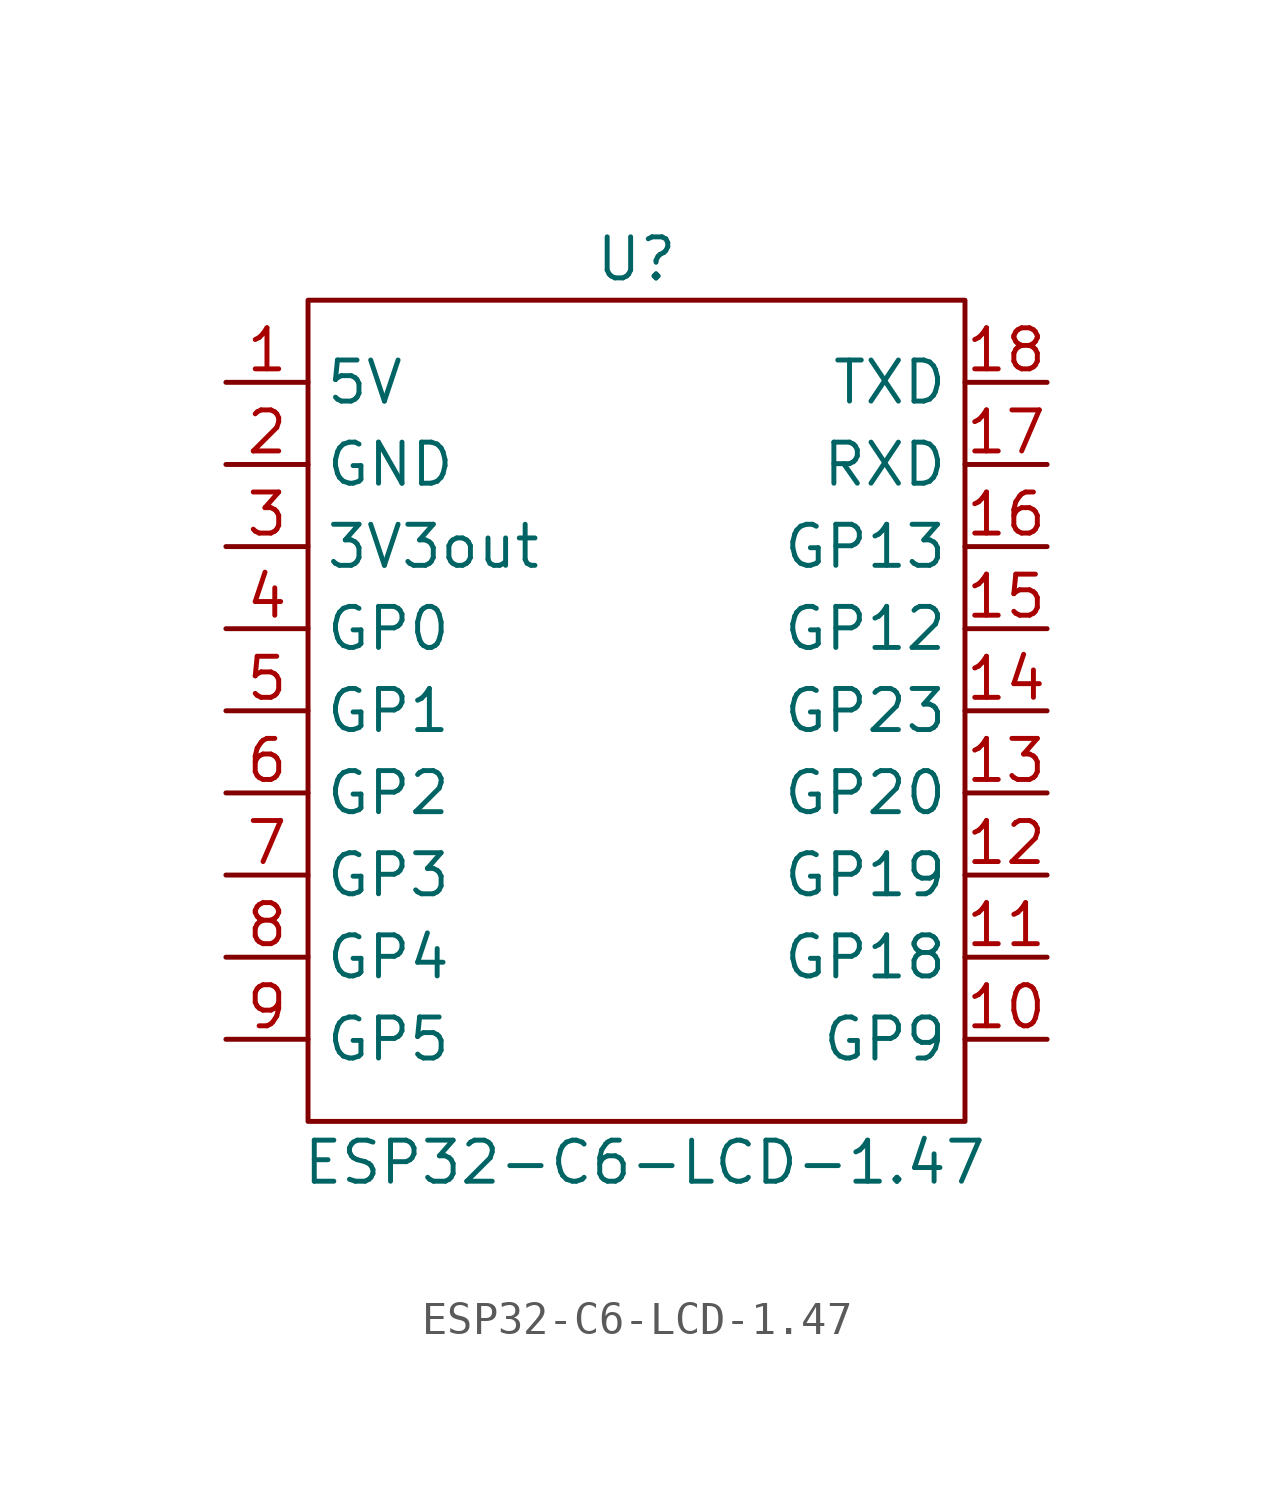
<source format=kicad_sym>
(kicad_symbol_lib
  (version 20241209)
  (generator "kicad_symbol_editor")
  (generator_version "9.0")
  (symbol "ESP32-C6-LCD-1.47"
    (property "Reference" "U"
      (at 0 8.89 0)
      (effects (font (size 1.27 1.27))))
    (property "Value" "ESP32-C6-LCD-1.47"
      (at 0.254 -19.05 0)
      (effects (font (size 1.27 1.27))))
    (symbol "ESP32-C6-LCD-1.47_0_1"
      (rectangle (start -10.16 7.62) (end 10.16 -17.78) (stroke (width 0) (type default)) (fill (type none))))
    (symbol "ESP32-C6-LCD-1.47_1_1"
      (pin power_in line (at -12.7 5.08 0) (length 2.54) (name "5V" (effects (font (size 1.27 1.27)))) (number "1" (effects (font (size 1.27 1.27)))))
      (pin power_in line (at -12.7 2.54 0) (length 2.54) (name "GND" (effects (font (size 1.27 1.27)))) (number "2" (effects (font (size 1.27 1.27)))))
      (pin power_out line (at -12.7 0 0) (length 2.54) (name "3V3out" (effects (font (size 1.27 1.27)))) (number "3" (effects (font (size 1.27 1.27)))))
      (pin input line (at -12.7 -2.54 0) (length 2.54) (name "GP0" (effects (font (size 1.27 1.27)))) (number "4" (effects (font (size 1.27 1.27)))))
      (pin input line (at -12.7 -5.08 0) (length 2.54) (name "GP1" (effects (font (size 1.27 1.27)))) (number "5" (effects (font (size 1.27 1.27)))))
      (pin input line (at -12.7 -7.62 0) (length 2.54) (name "GP2" (effects (font (size 1.27 1.27)))) (number "6" (effects (font (size 1.27 1.27)))))
      (pin input line (at -12.7 -10.16 0) (length 2.54) (name "GP3" (effects (font (size 1.27 1.27)))) (number "7" (effects (font (size 1.27 1.27)))))
      (pin input line (at -12.7 -12.7 0) (length 2.54) (name "GP4" (effects (font (size 1.27 1.27)))) (number "8" (effects (font (size 1.27 1.27)))))
      (pin input line (at -12.7 -15.24 0) (length 2.54) (name "GP5" (effects (font (size 1.27 1.27)))) (number "9" (effects (font (size 1.27 1.27)))))
      (pin input line (at 12.7 5.08 180) (length 2.54) (name "TXD" (effects (font (size 1.27 1.27)))) (number "18" (effects (font (size 1.27 1.27)))))
      (pin output line (at 12.7 2.54 180) (length 2.54) (name "RXD" (effects (font (size 1.27 1.27)))) (number "17" (effects (font (size 1.27 1.27)))))
      (pin input line (at 12.7 0 180) (length 2.54) (name "GP13" (effects (font (size 1.27 1.27)))) (number "16" (effects (font (size 1.27 1.27)))))
      (pin input line (at 12.7 -2.54 180) (length 2.54) (name "GP12" (effects (font (size 1.27 1.27)))) (number "15" (effects (font (size 1.27 1.27)))))
      (pin input line (at 12.7 -5.08 180) (length 2.54) (name "GP23" (effects (font (size 1.27 1.27)))) (number "14" (effects (font (size 1.27 1.27)))))
      (pin input line (at 12.7 -7.62 180) (length 2.54) (name "GP20" (effects (font (size 1.27 1.27)))) (number "13" (effects (font (size 1.27 1.27)))))
      (pin input line (at 12.7 -10.16 180) (length 2.54) (name "GP19" (effects (font (size 1.27 1.27)))) (number "12" (effects (font (size 1.27 1.27)))))
      (pin input line (at 12.7 -12.7 180) (length 2.54) (name "GP18" (effects (font (size 1.27 1.27)))) (number "11" (effects (font (size 1.27 1.27)))))
      (pin input line (at 12.7 -15.24 180) (length 2.54) (name "GP9" (effects (font (size 1.27 1.27)))) (number "10" (effects (font (size 1.27 1.27))))))))
</source>
